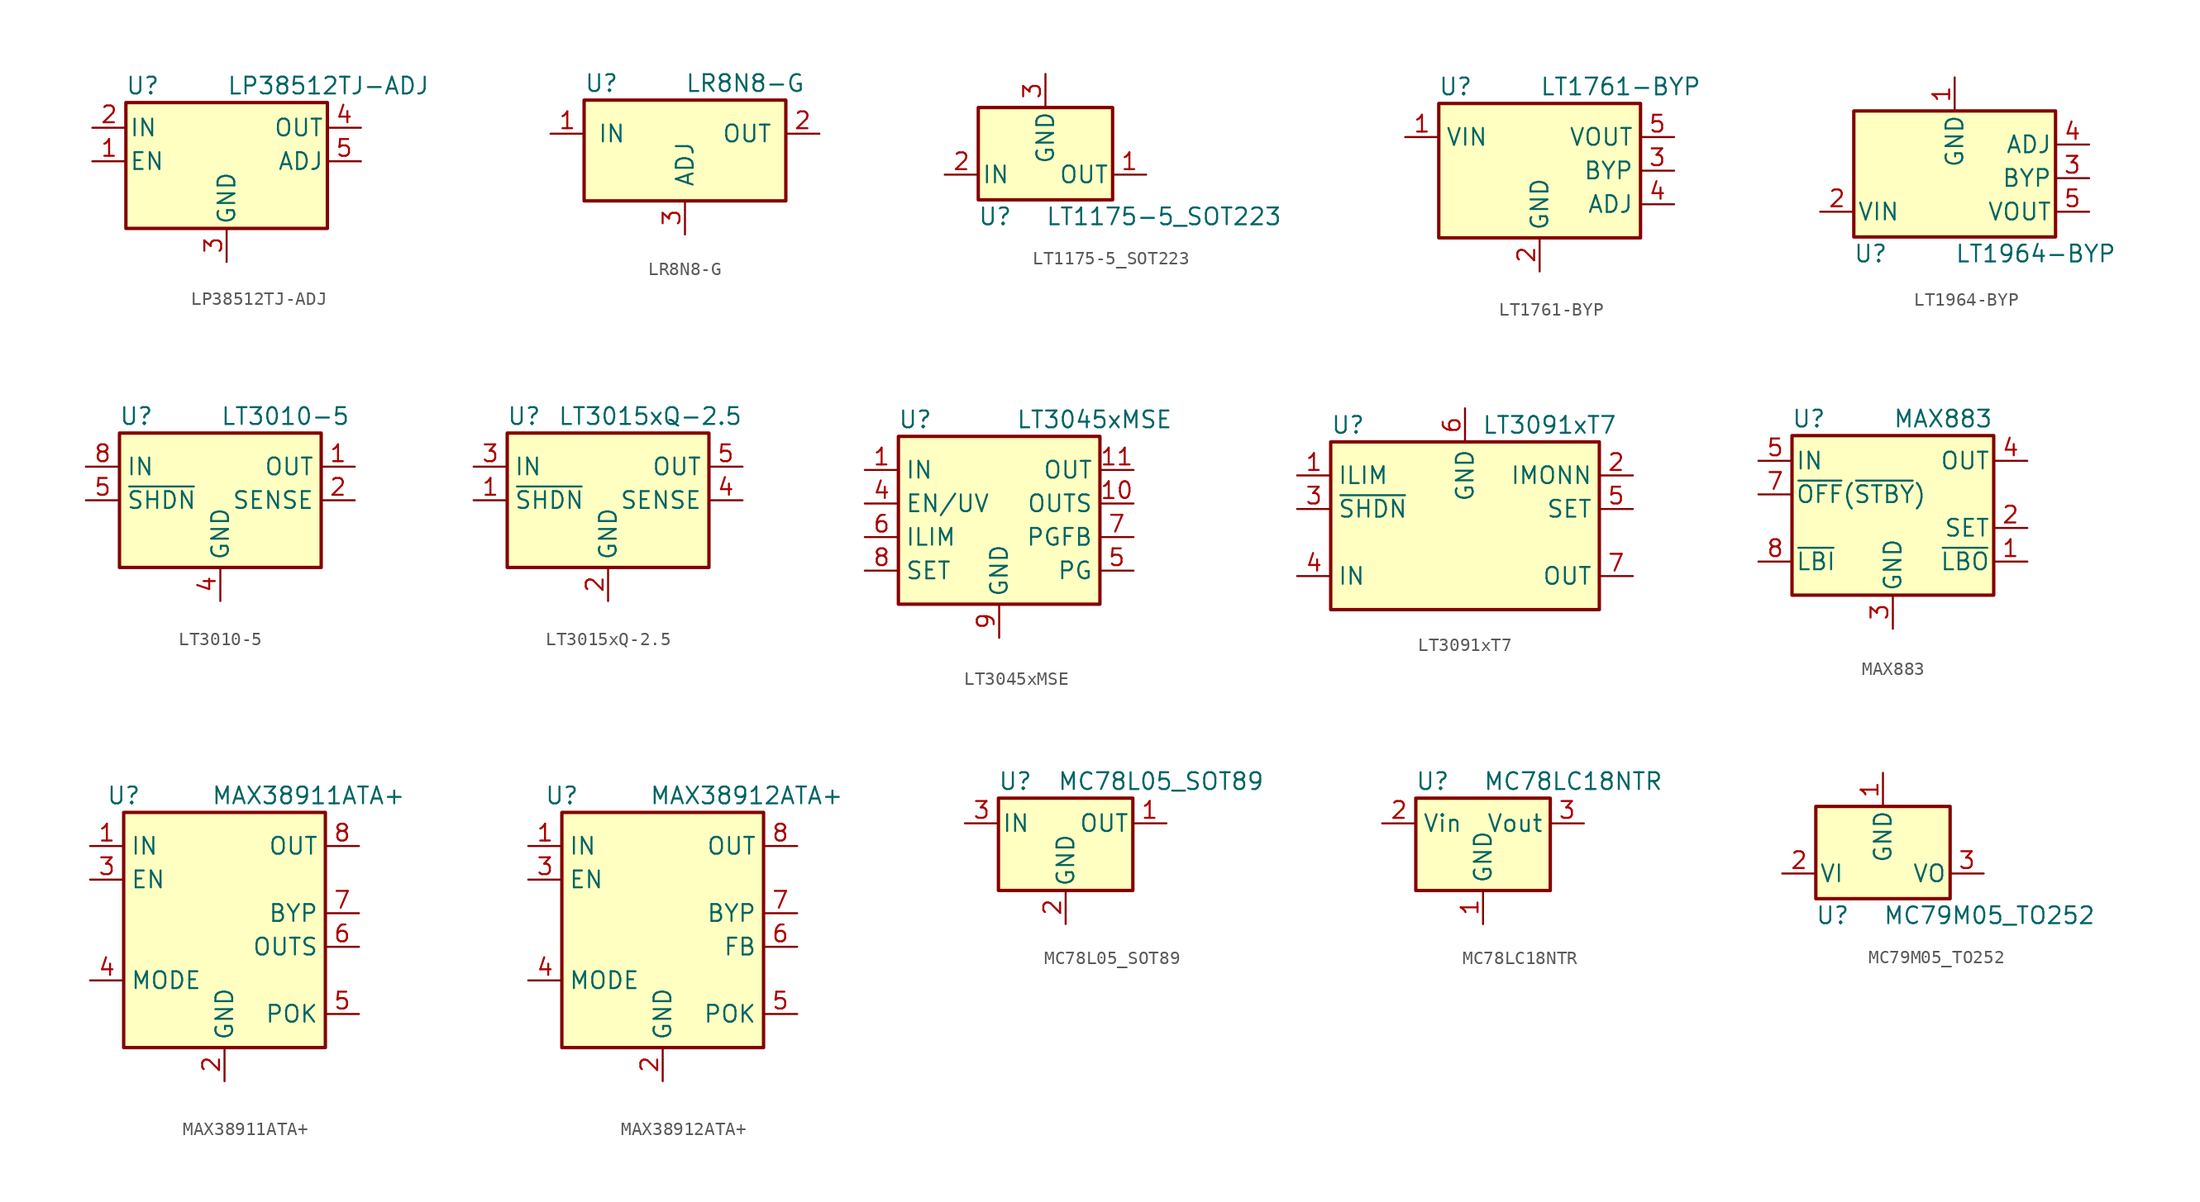
<source format=kicad_sym>
(kicad_symbol_lib
  (version 20241209)
  (generator "kicad_symbol_editor")
  (generator_version "9.0")
  (symbol "LP38512TJ-ADJ"
    (pin_names
      (offset 0.254))
    (property "Reference" "U"
      (at -6.35 5.715 0)
      (effects (font (size 1.27 1.27))))
    (property "Value" "LP38512TJ-ADJ"
      (at 0 5.715 0)
      (effects (font (size 1.27 1.27)) (justify left)))
    (symbol "LP38512TJ-ADJ_0_1"
      (rectangle (start -7.62 -5.08) (end 7.62 4.445) (stroke (width 0.254) (type default)) (fill (type background))))
    (symbol "LP38512TJ-ADJ_1_1"
      (pin power_in line (at -10.16 2.54 0) (length 2.54) (name "IN" (effects (font (size 1.27 1.27)))) (number "2" (effects (font (size 1.27 1.27)))))
      (pin input line (at -10.16 0 0) (length 2.54) (name "EN" (effects (font (size 1.27 1.27)))) (number "1" (effects (font (size 1.27 1.27)))))
      (pin power_in line (at 0 -7.62 90) (length 2.54) (name "GND" (effects (font (size 1.27 1.27)))) (number "3" (effects (font (size 1.27 1.27)))))
      (pin passive line (at 0 -7.62 90) (length 2.54) (hide yes) (name "GND" (effects (font (size 1.27 1.27)))) (number "6" (effects (font (size 1.27 1.27)))))
      (pin power_out line (at 10.16 2.54 180) (length 2.54) (name "OUT" (effects (font (size 1.27 1.27)))) (number "4" (effects (font (size 1.27 1.27)))))
      (pin input line (at 10.16 0 180) (length 2.54) (name "ADJ" (effects (font (size 1.27 1.27)))) (number "5" (effects (font (size 1.27 1.27)))))))
  (symbol "LR8N8-G"
    (pin_names
      (offset 1.016))
    (property "Reference" "U"
      (at -7.62 3.81 0)
      (effects (font (size 1.27 1.27)) (justify left)))
    (property "Value" "LR8N8-G"
      (at 0 3.81 0)
      (effects (font (size 1.27 1.27)) (justify left)))
    (symbol "LR8N8-G_0_1"
      (rectangle (start -7.62 2.54) (end 7.62 -5.08) (stroke (width 0.254) (type default)) (fill (type background))))
    (symbol "LR8N8-G_1_1"
      (pin input line (at -10.16 0 0) (length 2.54) (name "IN" (effects (font (size 1.27 1.27)))) (number "1" (effects (font (size 1.27 1.27)))))
      (pin input line (at 0 -7.62 90) (length 2.54) (name "ADJ" (effects (font (size 1.27 1.27)))) (number "3" (effects (font (size 1.27 1.27)))))
      (pin power_out line (at 10.16 0 180) (length 2.54) (name "OUT" (effects (font (size 1.27 1.27)))) (number "2" (effects (font (size 1.27 1.27)))))))
  (symbol "LT1175-5_SOT223"
    (pin_names
      (offset 0.254))
    (property "Reference" "U"
      (at -3.81 -3.175 0)
      (effects (font (size 1.27 1.27))))
    (property "Value" "LT1175-5_SOT223"
      (at 0 -3.175 0)
      (effects (font (size 1.27 1.27)) (justify left)))
    (symbol "LT1175-5_SOT223_0_1"
      (rectangle (start -5.08 -1.905) (end 5.08 5.08) (stroke (width 0.254) (type default)) (fill (type background))))
    (symbol "LT1175-5_SOT223_1_1"
      (pin power_in line (at -7.62 0 0) (length 2.54) (name "IN" (effects (font (size 1.27 1.27)))) (number "2" (effects (font (size 1.27 1.27)))))
      (pin power_in line (at 0 7.62 270) (length 2.54) (name "GND" (effects (font (size 1.27 1.27)))) (number "3" (effects (font (size 1.27 1.27)))))
      (pin power_out line (at 7.62 0 180) (length 2.54) (name "OUT" (effects (font (size 1.27 1.27)))) (number "1" (effects (font (size 1.27 1.27)))))))
  (symbol "LT1761-BYP"
    (property "Reference" "U"
      (at -6.35 6.35 0)
      (effects (font (size 1.27 1.27))))
    (property "Value" "LT1761-BYP"
      (at 0 6.35 0)
      (effects (font (size 1.27 1.27)) (justify left)))
    (symbol "LT1761-BYP_0_1"
      (rectangle (start -7.62 5.08) (end 7.62 -5.08) (stroke (width 0.254) (type default)) (fill (type background))))
    (symbol "LT1761-BYP_1_1"
      (pin power_in line (at -10.16 2.54 0) (length 2.54) (name "VIN" (effects (font (size 1.27 1.27)))) (number "1" (effects (font (size 1.27 1.27)))))
      (pin power_in line (at 0 -7.62 90) (length 2.54) (name "GND" (effects (font (size 1.27 1.27)))) (number "2" (effects (font (size 1.27 1.27)))))
      (pin power_out line (at 10.16 2.54 180) (length 2.54) (name "VOUT" (effects (font (size 1.27 1.27)))) (number "5" (effects (font (size 1.27 1.27)))))
      (pin passive line (at 10.16 0 180) (length 2.54) (name "BYP" (effects (font (size 1.27 1.27)))) (number "3" (effects (font (size 1.27 1.27)))))
      (pin input line (at 10.16 -2.54 180) (length 2.54) (name "ADJ" (effects (font (size 1.27 1.27)))) (number "4" (effects (font (size 1.27 1.27)))))))
  (symbol "LT1964-BYP"
    (pin_names
      (offset 0.254))
    (property "Reference" "U"
      (at -6.35 -5.715 0)
      (effects (font (size 1.27 1.27))))
    (property "Value" "LT1964-BYP"
      (at 0 -5.715 0)
      (effects (font (size 1.27 1.27)) (justify left)))
    (symbol "LT1964-BYP_0_1"
      (rectangle (start -7.62 5.08) (end 7.62 -4.445) (stroke (width 0.254) (type default)) (fill (type background))))
    (symbol "LT1964-BYP_1_1"
      (pin power_in line (at -10.16 -2.54 0) (length 2.54) (name "VIN" (effects (font (size 1.27 1.27)))) (number "2" (effects (font (size 1.27 1.27)))))
      (pin power_in line (at 0 7.62 270) (length 2.54) (name "GND" (effects (font (size 1.27 1.27)))) (number "1" (effects (font (size 1.27 1.27)))))
      (pin input line (at 10.16 2.54 180) (length 2.54) (name "ADJ" (effects (font (size 1.27 1.27)))) (number "4" (effects (font (size 1.27 1.27)))))
      (pin passive line (at 10.16 0 180) (length 2.54) (name "BYP" (effects (font (size 1.27 1.27)))) (number "3" (effects (font (size 1.27 1.27)))))
      (pin power_out line (at 10.16 -2.54 180) (length 2.54) (name "VOUT" (effects (font (size 1.27 1.27)))) (number "5" (effects (font (size 1.27 1.27)))))))
  (symbol "LT3010-5"
    (property "Reference" "U"
      (at -6.35 6.35 0)
      (effects (font (size 1.27 1.27))))
    (property "Value" "LT3010-5"
      (at 0 6.35 0)
      (effects (font (size 1.27 1.27)) (justify left)))
    (symbol "LT3010-5_0_1"
      (rectangle (start -7.62 5.08) (end 7.62 -5.08) (stroke (width 0.254) (type default)) (fill (type background))))
    (symbol "LT3010-5_1_1"
      (pin power_in line (at -10.16 2.54 0) (length 2.54) (name "IN" (effects (font (size 1.27 1.27)))) (number "8" (effects (font (size 1.27 1.27)))))
      (pin input line (at -10.16 0 0) (length 2.54) (name "~{SHDN}" (effects (font (size 1.27 1.27)))) (number "5" (effects (font (size 1.27 1.27)))))
      (pin no_connect line (at -7.62 -2.54 0) (length 2.54) (hide yes) (name "NC" (effects (font (size 1.27 1.27)))) (number "3" (effects (font (size 1.27 1.27)))))
      (pin power_in line (at 0 -7.62 90) (length 2.54) (name "GND" (effects (font (size 1.27 1.27)))) (number "4" (effects (font (size 1.27 1.27)))))
      (pin passive line (at 0 -7.62 90) (length 2.54) (hide yes) (name "GND" (effects (font (size 1.27 1.27)))) (number "9" (effects (font (size 1.27 1.27)))))
      (pin no_connect line (at 2.54 -5.08 90) (length 2.54) (hide yes) (name "NC" (effects (font (size 1.27 1.27)))) (number "7" (effects (font (size 1.27 1.27)))))
      (pin no_connect line (at 7.62 -2.54 180) (length 2.54) (hide yes) (name "NC" (effects (font (size 1.27 1.27)))) (number "6" (effects (font (size 1.27 1.27)))))
      (pin power_out line (at 10.16 2.54 180) (length 2.54) (name "OUT" (effects (font (size 1.27 1.27)))) (number "1" (effects (font (size 1.27 1.27)))))
      (pin passive line (at 10.16 0 180) (length 2.54) (name "SENSE" (effects (font (size 1.27 1.27)))) (number "2" (effects (font (size 1.27 1.27)))))))
  (symbol "LT3015xQ-2.5"
    (property "Reference" "U"
      (at -6.35 6.35 0)
      (effects (font (size 1.27 1.27))))
    (property "Value" "LT3015xQ-2.5"
      (at -3.81 6.35 0)
      (effects (font (size 1.27 1.27)) (justify left)))
    (symbol "LT3015xQ-2.5_0_1"
      (rectangle (start -7.62 5.08) (end 7.62 -5.08) (stroke (width 0.254) (type default)) (fill (type background))))
    (symbol "LT3015xQ-2.5_1_1"
      (pin power_in line (at -10.16 2.54 0) (length 2.54) (name "IN" (effects (font (size 1.27 1.27)))) (number "3" (effects (font (size 1.27 1.27)))))
      (pin input line (at -10.16 0 0) (length 2.54) (name "~{SHDN}" (effects (font (size 1.27 1.27)))) (number "1" (effects (font (size 1.27 1.27)))))
      (pin power_in line (at 0 -7.62 90) (length 2.54) (name "GND" (effects (font (size 1.27 1.27)))) (number "2" (effects (font (size 1.27 1.27)))))
      (pin power_out line (at 10.16 2.54 180) (length 2.54) (name "OUT" (effects (font (size 1.27 1.27)))) (number "5" (effects (font (size 1.27 1.27)))))
      (pin input line (at 10.16 0 180) (length 2.54) (name "SENSE" (effects (font (size 1.27 1.27)))) (number "4" (effects (font (size 1.27 1.27)))))))
  (symbol "LT3045xMSE"
    (property "Reference" "U"
      (at -6.35 6.35 0)
      (effects (font (size 1.27 1.27))))
    (property "Value" "LT3045xMSE"
      (at 1.27 6.35 0)
      (effects (font (size 1.27 1.27)) (justify left)))
    (symbol "LT3045xMSE_0_1"
      (rectangle (start -7.62 5.08) (end 7.62 -7.62) (stroke (width 0.254) (type default)) (fill (type background))))
    (symbol "LT3045xMSE_1_1"
      (pin power_in line (at -10.16 2.54 0) (length 2.54) (name "IN" (effects (font (size 1.27 1.27)))) (number "1" (effects (font (size 1.27 1.27)))))
      (pin passive line (at -10.16 2.54 0) (length 2.54) (hide yes) (name "IN" (effects (font (size 1.27 1.27)))) (number "2" (effects (font (size 1.27 1.27)))))
      (pin passive line (at -10.16 2.54 0) (length 2.54) (hide yes) (name "IN" (effects (font (size 1.27 1.27)))) (number "3" (effects (font (size 1.27 1.27)))))
      (pin input line (at -10.16 0 0) (length 2.54) (name "EN/UV" (effects (font (size 1.27 1.27)))) (number "4" (effects (font (size 1.27 1.27)))))
      (pin passive line (at -10.16 -2.54 0) (length 2.54) (name "ILIM" (effects (font (size 1.27 1.27)))) (number "6" (effects (font (size 1.27 1.27)))))
      (pin passive line (at -10.16 -5.08 0) (length 2.54) (name "SET" (effects (font (size 1.27 1.27)))) (number "8" (effects (font (size 1.27 1.27)))))
      (pin passive line (at 0 -10.16 90) (length 2.54) (hide yes) (name "GND" (effects (font (size 1.27 1.27)))) (number "13" (effects (font (size 1.27 1.27)))))
      (pin power_in line (at 0 -10.16 90) (length 2.54) (name "GND" (effects (font (size 1.27 1.27)))) (number "9" (effects (font (size 1.27 1.27)))))
      (pin power_out line (at 10.16 2.54 180) (length 2.54) (name "OUT" (effects (font (size 1.27 1.27)))) (number "11" (effects (font (size 1.27 1.27)))))
      (pin passive line (at 10.16 2.54 180) (length 2.54) (hide yes) (name "OUT" (effects (font (size 1.27 1.27)))) (number "12" (effects (font (size 1.27 1.27)))))
      (pin input line (at 10.16 0 180) (length 2.54) (name "OUTS" (effects (font (size 1.27 1.27)))) (number "10" (effects (font (size 1.27 1.27)))))
      (pin input line (at 10.16 -2.54 180) (length 2.54) (name "PGFB" (effects (font (size 1.27 1.27)))) (number "7" (effects (font (size 1.27 1.27)))))
      (pin open_collector line (at 10.16 -5.08 180) (length 2.54) (name "PG" (effects (font (size 1.27 1.27)))) (number "5" (effects (font (size 1.27 1.27)))))))
  (symbol "LT3091xT7"
    (property "Reference" "U"
      (at -10.16 8.89 0)
      (effects (font (size 1.27 1.27)) (justify left)))
    (property "Value" "LT3091xT7"
      (at 1.27 8.89 0)
      (effects (font (size 1.27 1.27)) (justify left)))
    (symbol "LT3091xT7_0_1"
      (polyline (pts (xy -10.16 7.62) (xy -10.16 -5.08) (xy 10.16 -5.08) (xy 10.16 7.62) (xy -10.16 7.62)) (stroke (width 0.254) (type default)) (fill (type background))))
    (symbol "LT3091xT7_1_0"
      (pin input line (at -12.7 5.08 0) (length 2.54) (name "ILIM" (effects (font (size 1.27 1.27)))) (number "1" (effects (font (size 1.27 1.27)))))
      (pin input line (at -12.7 2.54 0) (length 2.54) (name "~{SHDN}" (effects (font (size 1.27 1.27)))) (number "3" (effects (font (size 1.27 1.27)))))
      (pin input line (at 12.7 5.08 180) (length 2.54) (name "IMONN" (effects (font (size 1.27 1.27)))) (number "2" (effects (font (size 1.27 1.27)))))
      (pin input line (at 12.7 2.54 180) (length 2.54) (name "SET" (effects (font (size 1.27 1.27)))) (number "5" (effects (font (size 1.27 1.27)))))
      (pin power_out line (at 12.7 -2.54 180) (length 2.54) (name "OUT" (effects (font (size 1.27 1.27)))) (number "7" (effects (font (size 1.27 1.27))))))
    (symbol "LT3091xT7_1_1"
      (pin power_in line (at -12.7 -2.54 0) (length 2.54) (name "IN" (effects (font (size 1.27 1.27)))) (number "4" (effects (font (size 1.27 1.27)))))
      (pin power_in line (at 0 10.16 270) (length 2.54) (name "GND" (effects (font (size 1.27 1.27)))) (number "6" (effects (font (size 1.27 1.27)))))))
  (symbol "MAX883"
    (pin_names
      (offset 0.254))
    (property "Reference" "U"
      (at -6.35 8.255 0)
      (effects (font (size 1.27 1.27))))
    (property "Value" "MAX883"
      (at 0 8.255 0)
      (effects (font (size 1.27 1.27)) (justify left)))
    (symbol "MAX883_0_1"
      (rectangle (start -7.62 6.985) (end 7.62 -5.08) (stroke (width 0.254) (type default)) (fill (type background))))
    (symbol "MAX883_1_1"
      (pin power_in line (at -10.16 5.08 0) (length 2.54) (name "IN" (effects (font (size 1.27 1.27)))) (number "5" (effects (font (size 1.27 1.27)))))
      (pin input line (at -10.16 2.54 0) (length 2.54) (name "~{OFF}(~{STBY})" (effects (font (size 1.27 1.27)))) (number "7" (effects (font (size 1.27 1.27)))))
      (pin input line (at -10.16 -2.54 0) (length 2.54) (name "~{LBI}" (effects (font (size 1.27 1.27)))) (number "8" (effects (font (size 1.27 1.27)))))
      (pin power_in line (at 0 -7.62 90) (length 2.54) (name "GND" (effects (font (size 1.27 1.27)))) (number "3" (effects (font (size 1.27 1.27)))))
      (pin passive line (at 0 -7.62 90) (length 2.54) (hide yes) (name "GND" (effects (font (size 1.27 1.27)))) (number "6" (effects (font (size 1.27 1.27)))))
      (pin power_out line (at 10.16 5.08 180) (length 2.54) (name "OUT" (effects (font (size 1.27 1.27)))) (number "4" (effects (font (size 1.27 1.27)))))
      (pin passive line (at 10.16 0 180) (length 2.54) (name "SET" (effects (font (size 1.27 1.27)))) (number "2" (effects (font (size 1.27 1.27)))))
      (pin open_collector line (at 10.16 -2.54 180) (length 2.54) (name "~{LBO}" (effects (font (size 1.27 1.27)))) (number "1" (effects (font (size 1.27 1.27)))))))
  (symbol "MAX38911ATA+"
    (property "Reference" "U"
      (at -7.62 8.89 0)
      (effects (font (size 1.27 1.27))))
    (property "Value" "MAX38911ATA+"
      (at 6.35 8.89 0)
      (effects (font (size 1.27 1.27))))
    (symbol "MAX38911ATA+_0_1"
      (rectangle (start -7.62 7.62) (end 7.62 -10.16) (stroke (width 0.254) (type default)) (fill (type background))))
    (symbol "MAX38911ATA+_1_1"
      (pin power_in line (at -10.16 5.08 0) (length 2.54) (name "IN" (effects (font (size 1.27 1.27)))) (number "1" (effects (font (size 1.27 1.27)))))
      (pin input line (at -10.16 2.54 0) (length 2.54) (name "EN" (effects (font (size 1.27 1.27)))) (number "3" (effects (font (size 1.27 1.27)))))
      (pin input line (at -10.16 -5.08 0) (length 2.54) (name "MODE" (effects (font (size 1.27 1.27)))) (number "4" (effects (font (size 1.27 1.27)))))
      (pin power_in line (at 0 -12.7 90) (length 2.54) (name "GND" (effects (font (size 1.27 1.27)))) (number "2" (effects (font (size 1.27 1.27)))))
      (pin passive line (at 0 -12.7 90) (length 2.54) (hide yes) (name "GND" (effects (font (size 1.27 1.27)))) (number "9" (effects (font (size 1.27 1.27)))))
      (pin power_out line (at 10.16 5.08 180) (length 2.54) (name "OUT" (effects (font (size 1.27 1.27)))) (number "8" (effects (font (size 1.27 1.27)))))
      (pin passive line (at 10.16 0 180) (length 2.54) (name "BYP" (effects (font (size 1.27 1.27)))) (number "7" (effects (font (size 1.27 1.27)))))
      (pin input line (at 10.16 -2.54 180) (length 2.54) (name "OUTS" (effects (font (size 1.27 1.27)))) (number "6" (effects (font (size 1.27 1.27)))))
      (pin open_collector line (at 10.16 -7.62 180) (length 2.54) (name "POK" (effects (font (size 1.27 1.27)))) (number "5" (effects (font (size 1.27 1.27)))))))
  (symbol "MAX38912ATA+"
    (property "Reference" "U"
      (at -7.62 8.89 0)
      (effects (font (size 1.27 1.27))))
    (property "Value" "MAX38912ATA+"
      (at 6.35 8.89 0)
      (effects (font (size 1.27 1.27))))
    (symbol "MAX38912ATA+_0_1"
      (rectangle (start -7.62 7.62) (end 7.62 -10.16) (stroke (width 0.254) (type default)) (fill (type background))))
    (symbol "MAX38912ATA+_1_1"
      (pin power_in line (at -10.16 5.08 0) (length 2.54) (name "IN" (effects (font (size 1.27 1.27)))) (number "1" (effects (font (size 1.27 1.27)))))
      (pin input line (at -10.16 2.54 0) (length 2.54) (name "EN" (effects (font (size 1.27 1.27)))) (number "3" (effects (font (size 1.27 1.27)))))
      (pin input line (at -10.16 -5.08 0) (length 2.54) (name "MODE" (effects (font (size 1.27 1.27)))) (number "4" (effects (font (size 1.27 1.27)))))
      (pin power_in line (at 0 -12.7 90) (length 2.54) (name "GND" (effects (font (size 1.27 1.27)))) (number "2" (effects (font (size 1.27 1.27)))))
      (pin passive line (at 0 -12.7 90) (length 2.54) (hide yes) (name "GND" (effects (font (size 1.27 1.27)))) (number "9" (effects (font (size 1.27 1.27)))))
      (pin power_out line (at 10.16 5.08 180) (length 2.54) (name "OUT" (effects (font (size 1.27 1.27)))) (number "8" (effects (font (size 1.27 1.27)))))
      (pin passive line (at 10.16 0 180) (length 2.54) (name "BYP" (effects (font (size 1.27 1.27)))) (number "7" (effects (font (size 1.27 1.27)))))
      (pin input line (at 10.16 -2.54 180) (length 2.54) (name "FB" (effects (font (size 1.27 1.27)))) (number "6" (effects (font (size 1.27 1.27)))))
      (pin open_collector line (at 10.16 -7.62 180) (length 2.54) (name "POK" (effects (font (size 1.27 1.27)))) (number "5" (effects (font (size 1.27 1.27)))))))
  (symbol "MC78L05_SOT89"
    (pin_names
      (offset 0.254))
    (property "Reference" "U"
      (at -3.81 3.175 0)
      (effects (font (size 1.27 1.27))))
    (property "Value" "MC78L05_SOT89"
      (at -0.635 3.175 0)
      (effects (font (size 1.27 1.27)) (justify left)))
    (symbol "MC78L05_SOT89_0_1"
      (rectangle (start -5.08 1.905) (end 5.08 -5.08) (stroke (width 0.254) (type default)) (fill (type background))))
    (symbol "MC78L05_SOT89_1_1"
      (pin power_in line (at -7.62 0 0) (length 2.54) (name "IN" (effects (font (size 1.27 1.27)))) (number "3" (effects (font (size 1.27 1.27)))))
      (pin power_in line (at 0 -7.62 90) (length 2.54) (name "GND" (effects (font (size 1.27 1.27)))) (number "2" (effects (font (size 1.27 1.27)))))
      (pin power_out line (at 7.62 0 180) (length 2.54) (name "OUT" (effects (font (size 1.27 1.27)))) (number "1" (effects (font (size 1.27 1.27)))))))
  (symbol "MC78LC18NTR"
    (property "Reference" "U"
      (at -3.81 3.175 0)
      (effects (font (size 1.27 1.27))))
    (property "Value" "MC78LC18NTR"
      (at 0 3.175 0)
      (effects (font (size 1.27 1.27)) (justify left)))
    (symbol "MC78LC18NTR_0_1"
      (rectangle (start -5.08 1.905) (end 5.08 -5.08) (stroke (width 0.254) (type default)) (fill (type background))))
    (symbol "MC78LC18NTR_1_1"
      (pin power_in line (at -7.62 0 0) (length 2.54) (name "Vin" (effects (font (size 1.27 1.27)))) (number "2" (effects (font (size 1.27 1.27)))))
      (pin no_connect line (at -5.08 -2.54 0) (length 2.54) (hide yes) (name "NC" (effects (font (size 1.27 1.27)))) (number "5" (effects (font (size 1.27 1.27)))))
      (pin power_in line (at 0 -7.62 90) (length 2.54) (name "GND" (effects (font (size 1.27 1.27)))) (number "1" (effects (font (size 1.27 1.27)))))
      (pin no_connect line (at 5.08 -2.54 180) (length 2.54) (hide yes) (name "NC" (effects (font (size 1.27 1.27)))) (number "4" (effects (font (size 1.27 1.27)))))
      (pin power_out line (at 7.62 0 180) (length 2.54) (name "Vout" (effects (font (size 1.27 1.27)))) (number "3" (effects (font (size 1.27 1.27)))))))
  (symbol "MC79M05_TO252"
    (pin_names
      (offset 0.254))
    (property "Reference" "U"
      (at -3.81 -3.175 0)
      (effects (font (size 1.27 1.27))))
    (property "Value" "MC79M05_TO252"
      (at 0 -3.175 0)
      (effects (font (size 1.27 1.27)) (justify left)))
    (symbol "MC79M05_TO252_0_1"
      (rectangle (start -5.08 5.08) (end 5.08 -1.905) (stroke (width 0.254) (type default)) (fill (type background))))
    (symbol "MC79M05_TO252_1_1"
      (pin power_in line (at -7.62 0 0) (length 2.54) (name "VI" (effects (font (size 1.27 1.27)))) (number "2" (effects (font (size 1.27 1.27)))))
      (pin power_in line (at 0 7.62 270) (length 2.54) (name "GND" (effects (font (size 1.27 1.27)))) (number "1" (effects (font (size 1.27 1.27)))))
      (pin power_out line (at 7.62 0 180) (length 2.54) (name "VO" (effects (font (size 1.27 1.27)))) (number "3" (effects (font (size 1.27 1.27))))))))
</source>
